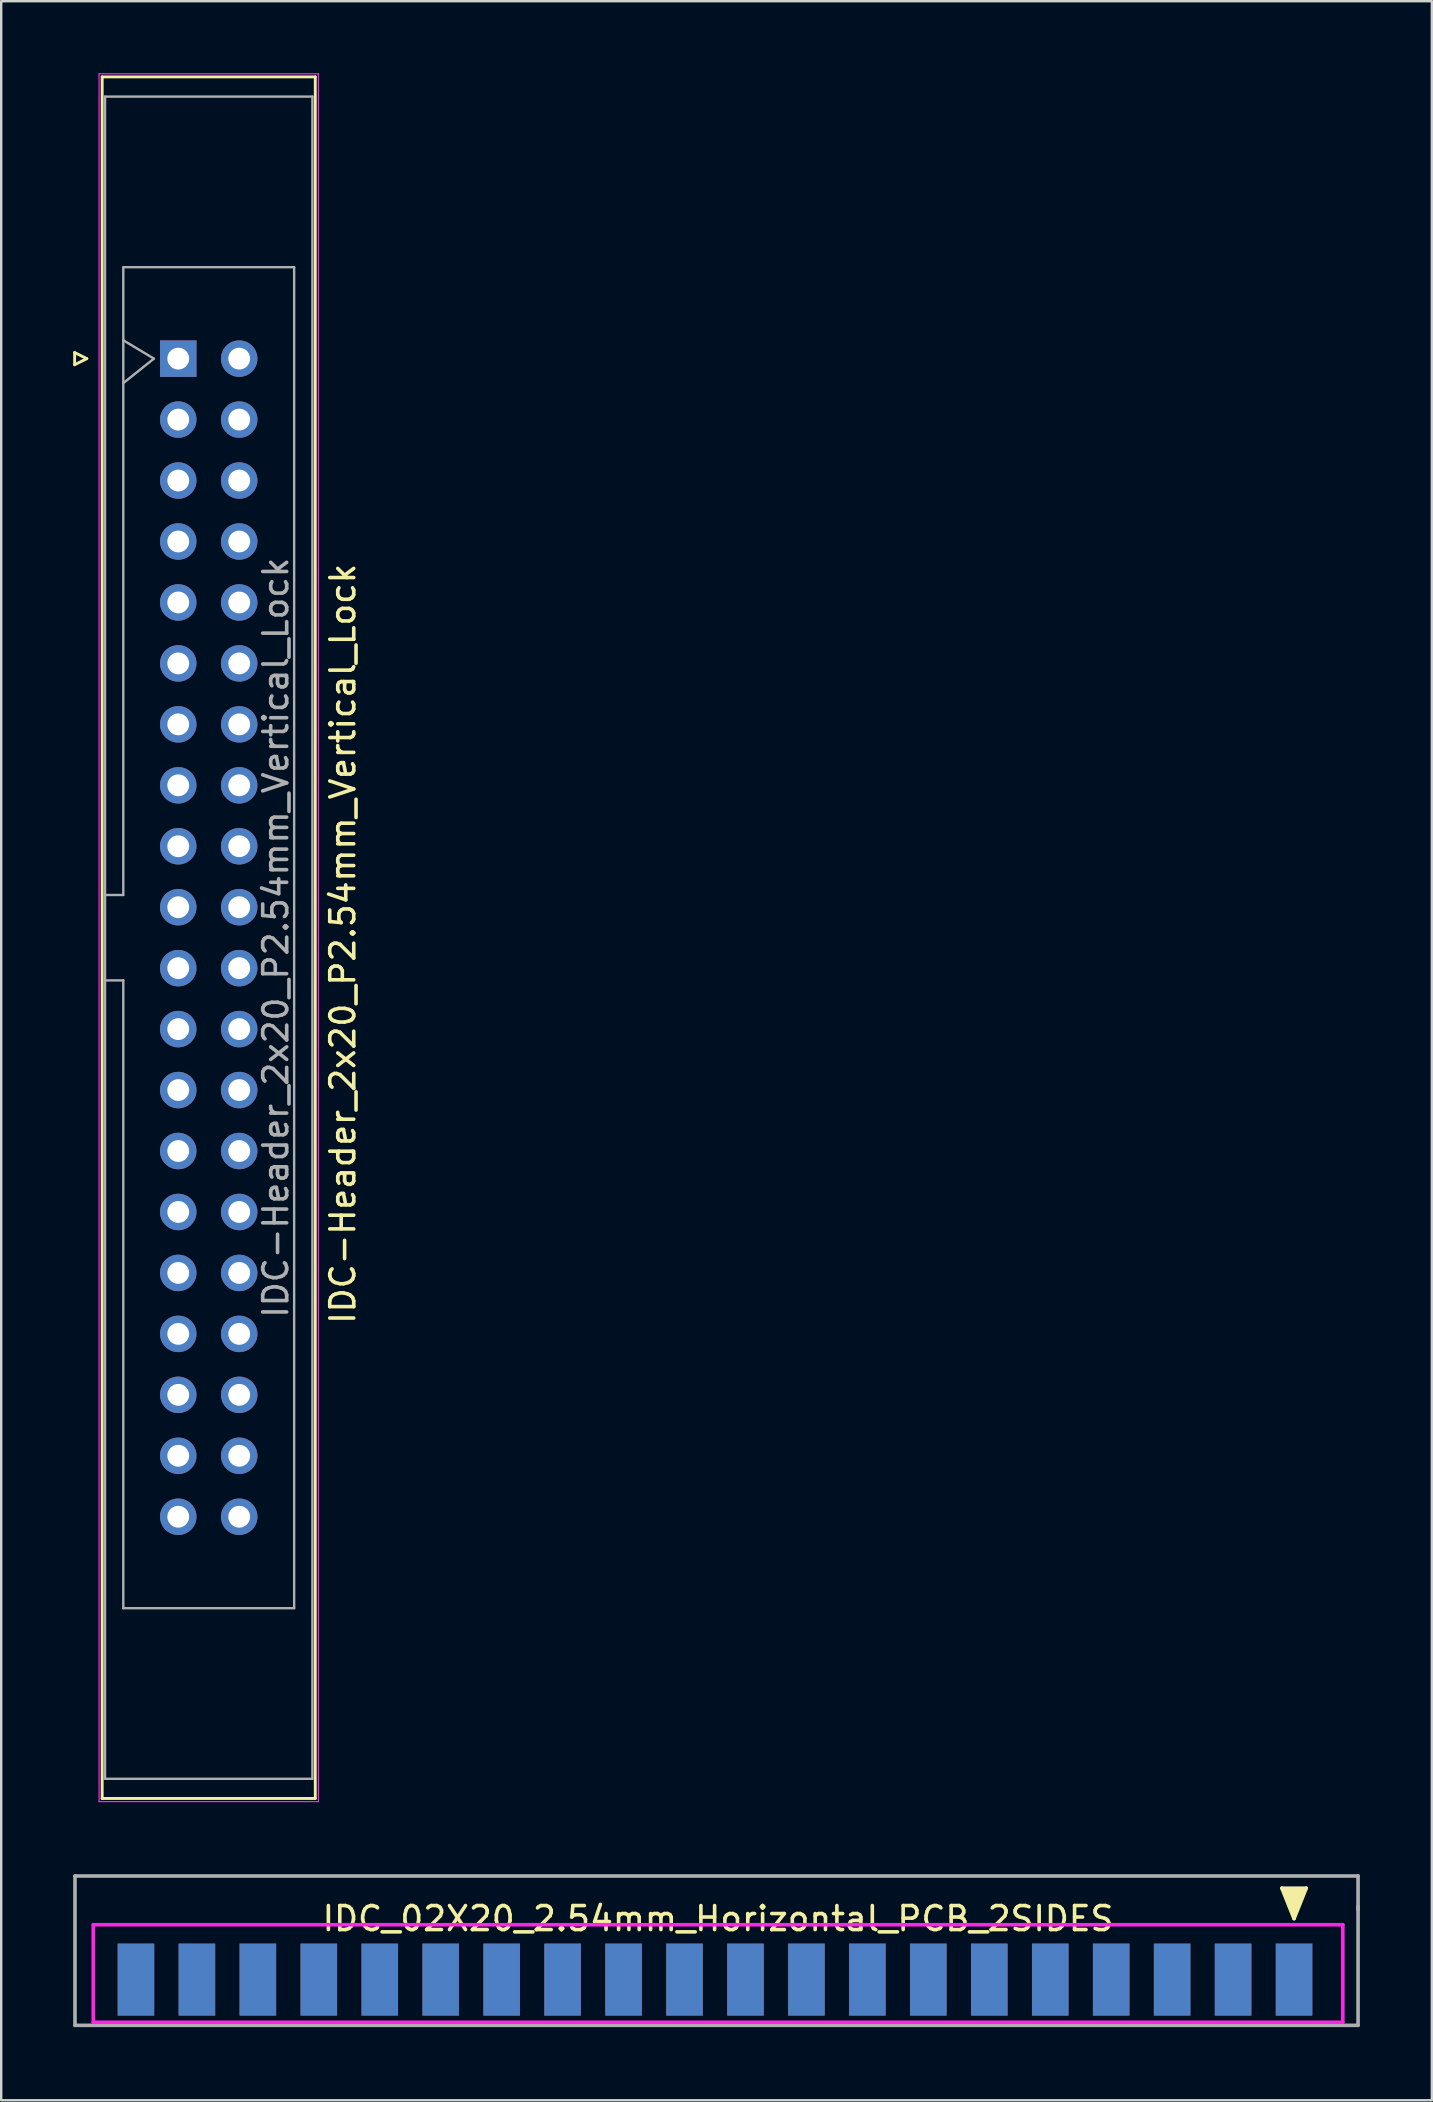
<source format=kicad_pcb>
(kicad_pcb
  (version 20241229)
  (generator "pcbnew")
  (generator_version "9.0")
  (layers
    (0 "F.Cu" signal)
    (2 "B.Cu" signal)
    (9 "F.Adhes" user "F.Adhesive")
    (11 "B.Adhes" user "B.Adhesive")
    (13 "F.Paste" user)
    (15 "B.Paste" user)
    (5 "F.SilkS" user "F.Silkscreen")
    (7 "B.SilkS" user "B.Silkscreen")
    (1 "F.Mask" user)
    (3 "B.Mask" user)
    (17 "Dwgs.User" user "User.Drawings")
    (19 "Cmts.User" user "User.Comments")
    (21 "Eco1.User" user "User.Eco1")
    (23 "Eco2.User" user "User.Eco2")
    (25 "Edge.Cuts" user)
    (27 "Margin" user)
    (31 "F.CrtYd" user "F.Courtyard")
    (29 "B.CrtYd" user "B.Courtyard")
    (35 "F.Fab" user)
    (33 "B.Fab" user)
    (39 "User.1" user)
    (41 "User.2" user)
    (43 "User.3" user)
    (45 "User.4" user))
  (footprint "IDC-Header_2x20_P2.54mm_Vertical_Lock"
    (layer "F.Cu")
    (at 4.378 11.895)
    (property "Reference" "IDC-Header_2x20_P2.54mm_Vertical_Lock" (at 6.858 24.384 270) (layer "F.SilkS") (effects (font (size 1 1) (thickness 0.15))))
    (attr through_hole)
    (fp_line (start -4.318 -0.254) (end -4.318 0.254) (stroke (width 0.12) (type solid)) (layer "F.SilkS"))
    (fp_line (start -4.318 0.254) (end -3.81 0) (stroke (width 0.12) (type solid)) (layer "F.SilkS"))
    (fp_line (start -3.81 0) (end -4.318 -0.254) (stroke (width 0.12) (type solid)) (layer "F.SilkS"))
    (fp_line (start -3.17 60) (end -3.17 -11.74) (stroke (width 0.12) (type solid)) (layer "F.SilkS"))
    (fp_line (start -3.17 60) (end 5.71 60) (stroke (width 0.12) (type solid)) (layer "F.SilkS"))
    (fp_line (start 5.71 -11.74) (end -3.17 -11.74) (stroke (width 0.12) (type solid)) (layer "F.SilkS"))
    (fp_line (start 5.71 -11.74) (end 5.71 60) (stroke (width 0.12) (type solid)) (layer "F.SilkS"))
    (fp_line (start -3.3 60.13) (end -3.3 -11.87) (stroke (width 0.05) (type solid)) (layer "F.CrtYd"))
    (fp_line (start -3.3 60.13) (end 5.84 60.13) (stroke (width 0.05) (type solid)) (layer "F.CrtYd"))
    (fp_line (start 5.84 -11.87) (end -3.3 -11.87) (stroke (width 0.05) (type solid)) (layer "F.CrtYd"))
    (fp_line (start 5.84 -11.87) (end 5.84 60.13) (stroke (width 0.05) (type solid)) (layer "F.CrtYd"))
    (fp_line (start -3.05 -10.92) (end -3.05 59.18) (stroke (width 0.1) (type solid)) (layer "F.Fab"))
    (fp_line (start -3.05 22.35) (end -2.29 22.35) (stroke (width 0.1) (type solid)) (layer "F.Fab"))
    (fp_line (start -3.05 59.18) (end 5.59 59.18) (stroke (width 0.1) (type solid)) (layer "F.Fab"))
    (fp_line (start -2.29 -3.81) (end 4.83 -3.81) (stroke (width 0.1) (type solid)) (layer "F.Fab"))
    (fp_line (start -2.29 22.35) (end -2.29 -3.81) (stroke (width 0.1) (type solid)) (layer "F.Fab"))
    (fp_line (start -2.29 25.91) (end -3.05 25.91) (stroke (width 0.1) (type solid)) (layer "F.Fab"))
    (fp_line (start -2.29 52.07) (end -2.29 25.91) (stroke (width 0.1) (type solid)) (layer "F.Fab"))
    (fp_line (start -2.286 -0.762) (end -1.016 0) (stroke (width 0.1) (type solid)) (layer "F.Fab"))
    (fp_line (start -1.016 0) (end -2.286 1.016) (stroke (width 0.1) (type solid)) (layer "F.Fab"))
    (fp_line (start 4.83 -3.81) (end 4.83 52.07) (stroke (width 0.1) (type solid)) (layer "F.Fab"))
    (fp_line (start 4.83 52.07) (end -2.29 52.07) (stroke (width 0.1) (type solid)) (layer "F.Fab"))
    (fp_line (start 5.59 -10.92) (end -3.05 -10.92) (stroke (width 0.1) (type solid)) (layer "F.Fab"))
    (fp_line (start 5.59 59.18) (end 5.59 -10.92) (stroke (width 0.1) (type solid)) (layer "F.Fab"))
    (fp_text user "${REFERENCE}" (at 4.064 24.13 90) (layer "F.Fab") (effects (font (size 1 1) (thickness 0.15))))
    (pad "1" thru_hole rect (at 0 0 270) (size 1.52 1.52) (drill 0.91) (layers "*.Cu" "*.Mask"))
    (pad "2" thru_hole circle (at 2.54 0 270) (size 1.52 1.52) (drill 0.91) (layers "*.Cu" "*.Mask"))
    (pad "3" thru_hole circle (at 0 2.54 270) (size 1.52 1.52) (drill 0.91) (layers "*.Cu" "*.Mask"))
    (pad "4" thru_hole circle (at 2.54 2.54 270) (size 1.52 1.52) (drill 0.91) (layers "*.Cu" "*.Mask"))
    (pad "5" thru_hole circle (at 0 5.08 270) (size 1.52 1.52) (drill 0.91) (layers "*.Cu" "*.Mask"))
    (pad "6" thru_hole circle (at 2.54 5.08 270) (size 1.52 1.52) (drill 0.91) (layers "*.Cu" "*.Mask"))
    (pad "7" thru_hole circle (at 0 7.62 270) (size 1.52 1.52) (drill 0.91) (layers "*.Cu" "*.Mask"))
    (pad "8" thru_hole circle (at 2.54 7.62 270) (size 1.52 1.52) (drill 0.91) (layers "*.Cu" "*.Mask"))
    (pad "9" thru_hole circle (at 0 10.16 270) (size 1.52 1.52) (drill 0.91) (layers "*.Cu" "*.Mask"))
    (pad "10" thru_hole circle (at 2.54 10.16 270) (size 1.52 1.52) (drill 0.91) (layers "*.Cu" "*.Mask"))
    (pad "11" thru_hole circle (at 0 12.7 270) (size 1.52 1.52) (drill 0.91) (layers "*.Cu" "*.Mask"))
    (pad "12" thru_hole circle (at 2.54 12.7 270) (size 1.52 1.52) (drill 0.91) (layers "*.Cu" "*.Mask"))
    (pad "13" thru_hole circle (at 0 15.24 270) (size 1.52 1.52) (drill 0.91) (layers "*.Cu" "*.Mask"))
    (pad "14" thru_hole circle (at 2.54 15.24 270) (size 1.52 1.52) (drill 0.91) (layers "*.Cu" "*.Mask"))
    (pad "15" thru_hole circle (at 0 17.78 270) (size 1.52 1.52) (drill 0.91) (layers "*.Cu" "*.Mask"))
    (pad "16" thru_hole circle (at 2.54 17.78 270) (size 1.52 1.52) (drill 0.91) (layers "*.Cu" "*.Mask"))
    (pad "17" thru_hole circle (at 0 20.32 270) (size 1.52 1.52) (drill 0.91) (layers "*.Cu" "*.Mask"))
    (pad "18" thru_hole circle (at 2.54 20.32 270) (size 1.52 1.52) (drill 0.91) (layers "*.Cu" "*.Mask"))
    (pad "19" thru_hole circle (at 0 22.86 270) (size 1.52 1.52) (drill 0.91) (layers "*.Cu" "*.Mask"))
    (pad "20" thru_hole circle (at 2.54 22.86 270) (size 1.52 1.52) (drill 0.91) (layers "*.Cu" "*.Mask"))
    (pad "21" thru_hole circle (at 0 25.4 270) (size 1.52 1.52) (drill 0.91) (layers "*.Cu" "*.Mask"))
    (pad "22" thru_hole circle (at 2.54 25.4 270) (size 1.52 1.52) (drill 0.91) (layers "*.Cu" "*.Mask"))
    (pad "23" thru_hole circle (at 0 27.94 270) (size 1.52 1.52) (drill 0.91) (layers "*.Cu" "*.Mask"))
    (pad "24" thru_hole circle (at 2.54 27.94 270) (size 1.52 1.52) (drill 0.91) (layers "*.Cu" "*.Mask"))
    (pad "25" thru_hole circle (at 0 30.48 270) (size 1.52 1.52) (drill 0.91) (layers "*.Cu" "*.Mask"))
    (pad "26" thru_hole circle (at 2.54 30.48 270) (size 1.52 1.52) (drill 0.91) (layers "*.Cu" "*.Mask"))
    (pad "27" thru_hole circle (at 0 33.02 270) (size 1.52 1.52) (drill 0.91) (layers "*.Cu" "*.Mask"))
    (pad "28" thru_hole circle (at 2.54 33.02 270) (size 1.52 1.52) (drill 0.91) (layers "*.Cu" "*.Mask"))
    (pad "29" thru_hole circle (at 0 35.56 270) (size 1.52 1.52) (drill 0.91) (layers "*.Cu" "*.Mask"))
    (pad "30" thru_hole circle (at 2.54 35.56 270) (size 1.52 1.52) (drill 0.91) (layers "*.Cu" "*.Mask"))
    (pad "31" thru_hole circle (at 0 38.1 270) (size 1.52 1.52) (drill 0.91) (layers "*.Cu" "*.Mask"))
    (pad "32" thru_hole circle (at 2.54 38.1 270) (size 1.52 1.52) (drill 0.91) (layers "*.Cu" "*.Mask"))
    (pad "33" thru_hole circle (at 0 40.64 270) (size 1.52 1.52) (drill 0.91) (layers "*.Cu" "*.Mask"))
    (pad "34" thru_hole circle (at 2.54 40.64 270) (size 1.52 1.52) (drill 0.91) (layers "*.Cu" "*.Mask"))
    (pad "35" thru_hole circle (at 0 43.18 270) (size 1.52 1.52) (drill 0.91) (layers "*.Cu" "*.Mask"))
    (pad "36" thru_hole circle (at 2.54 43.18 270) (size 1.52 1.52) (drill 0.91) (layers "*.Cu" "*.Mask"))
    (pad "37" thru_hole circle (at 0 45.72 270) (size 1.52 1.52) (drill 0.91) (layers "*.Cu" "*.Mask"))
    (pad "38" thru_hole circle (at 2.54 45.72 270) (size 1.52 1.52) (drill 0.91) (layers "*.Cu" "*.Mask"))
    (pad "39" thru_hole circle (at 0 48.26 270) (size 1.52 1.52) (drill 0.91) (layers "*.Cu" "*.Mask"))
    (pad "40" thru_hole circle (at 2.54 48.26 270) (size 1.52 1.52) (drill 0.91) (layers "*.Cu" "*.Mask")))
  (footprint "IDC_02X20_2.54mm_Horizontal_PCB_2SIDES"
    (layer "F.Cu")
    (at 26.745 81.221)
    (property "Reference" "IDC_02X20_2.54mm_Horizontal_PCB_2SIDES" (at 0.127 -4.318 0) (layer "F.SilkS") (effects (font (size 1 1) (thickness 0.15))))
    (attr through_hole)
    (fp_line (start 23.622 -5.588) (end 24.638 -5.588) (stroke (width 0.15) (type solid)) (layer "F.SilkS"))
    (fp_line (start 23.749 -5.461) (end 24.384 -5.334) (stroke (width 0.15) (type solid)) (layer "F.SilkS"))
    (fp_line (start 23.749 -5.461) (end 24.511 -5.461) (stroke (width 0.15) (type solid)) (layer "F.SilkS"))
    (fp_line (start 23.876 -5.334) (end 24.384 -5.207) (stroke (width 0.15) (type solid)) (layer "F.SilkS"))
    (fp_line (start 23.876 -5.207) (end 24.257 -5.08) (stroke (width 0.15) (type solid)) (layer "F.SilkS"))
    (fp_line (start 24.003 -5.08) (end 24.257 -4.953) (stroke (width 0.15) (type solid)) (layer "F.SilkS"))
    (fp_line (start 24.003 -4.953) (end 24.13 -4.826) (stroke (width 0.15) (type solid)) (layer "F.SilkS"))
    (fp_line (start 24.13 -4.572) (end 23.749 -5.461) (stroke (width 0.15) (type solid)) (layer "F.SilkS"))
    (fp_line (start 24.13 -4.318) (end 23.622 -5.588) (stroke (width 0.15) (type solid)) (layer "F.SilkS"))
    (fp_line (start 24.257 -5.08) (end 24.003 -5.08) (stroke (width 0.15) (type solid)) (layer "F.SilkS"))
    (fp_line (start 24.257 -4.953) (end 24.003 -4.953) (stroke (width 0.15) (type solid)) (layer "F.SilkS"))
    (fp_line (start 24.384 -5.334) (end 23.876 -5.334) (stroke (width 0.15) (type solid)) (layer "F.SilkS"))
    (fp_line (start 24.384 -5.207) (end 23.876 -5.207) (stroke (width 0.15) (type solid)) (layer "F.SilkS"))
    (fp_line (start 24.511 -5.461) (end 24.13 -4.572) (stroke (width 0.15) (type solid)) (layer "F.SilkS"))
    (fp_line (start 24.638 -5.588) (end 24.13 -4.318) (stroke (width 0.15) (type solid)) (layer "F.SilkS"))
    (fp_line (start -25.908 -4.064) (end 26.162 -4.064) (stroke (width 0.15) (type solid)) (layer "F.CrtYd"))
    (fp_line (start -25.908 0) (end -25.908 -4.064) (stroke (width 0.15) (type solid)) (layer "F.CrtYd"))
    (fp_line (start 26.162 -4.064) (end 26.162 0) (stroke (width 0.15) (type solid)) (layer "F.CrtYd"))
    (fp_line (start 26.162 0) (end -25.908 0) (stroke (width 0.15) (type solid)) (layer "F.CrtYd"))
    (fp_line (start -26.67 -6.096) (end -26.67 0.127) (stroke (width 0.15) (type solid)) (layer "F.Fab"))
    (fp_line (start -26.67 -6.096) (end 26.797 -6.096) (stroke (width 0.15) (type solid)) (layer "F.Fab"))
    (fp_line (start -26.67 0.127) (end 26.797 0.127) (stroke (width 0.15) (type solid)) (layer "F.Fab"))
    (fp_line (start 26.797 -6.096) (end 26.797 -4.699) (stroke (width 0.15) (type solid)) (layer "F.Fab"))
    (fp_line (start 26.797 0.127) (end 26.797 -4.826) (stroke (width 0.15) (type solid)) (layer "F.Fab"))
    (pad "1" smd rect (at 24.13 -1.778) (size 1.524 3) (layers "F.Cu" "F.Mask" "F.Paste"))
    (pad "2" smd rect (at 24.13 -1.778) (size 1.524 3) (layers "B.Cu" "B.Mask" "B.Paste"))
    (pad "3" smd rect (at 21.59 -1.778) (size 1.524 3) (layers "F.Cu" "F.Mask" "F.Paste"))
    (pad "4" smd rect (at 21.59 -1.778) (size 1.524 3) (layers "B.Cu" "B.Mask" "B.Paste"))
    (pad "5" smd rect (at 19.05 -1.778) (size 1.524 3) (layers "F.Cu" "F.Mask" "F.Paste"))
    (pad "6" smd rect (at 19.05 -1.778) (size 1.524 3) (layers "B.Cu" "B.Mask" "B.Paste"))
    (pad "7" smd rect (at 16.51 -1.778) (size 1.524 3) (layers "F.Cu" "F.Mask" "F.Paste"))
    (pad "8" smd rect (at 16.51 -1.778) (size 1.524 3) (layers "B.Cu" "B.Mask" "B.Paste"))
    (pad "9" smd rect (at 13.97 -1.778) (size 1.524 3) (layers "F.Cu" "F.Mask" "F.Paste"))
    (pad "10" smd rect (at 13.97 -1.778) (size 1.524 3) (layers "B.Cu" "B.Mask" "B.Paste"))
    (pad "11" smd rect (at 11.43 -1.778) (size 1.524 3) (layers "F.Cu" "F.Mask" "F.Paste"))
    (pad "12" smd rect (at 11.43 -1.778) (size 1.524 3) (layers "B.Cu" "B.Mask" "B.Paste"))
    (pad "13" smd rect (at 8.89 -1.778) (size 1.524 3) (layers "F.Cu" "F.Mask" "F.Paste"))
    (pad "14" smd rect (at 8.89 -1.778) (size 1.524 3) (layers "B.Cu" "B.Mask" "B.Paste"))
    (pad "15" smd rect (at 6.35 -1.778) (size 1.524 3) (layers "F.Cu" "F.Mask" "F.Paste"))
    (pad "16" smd rect (at 6.35 -1.778) (size 1.524 3) (layers "B.Cu" "B.Mask" "B.Paste"))
    (pad "17" smd rect (at 3.81 -1.778) (size 1.524 3) (layers "F.Cu" "F.Mask" "F.Paste"))
    (pad "18" smd rect (at 3.81 -1.778) (size 1.524 3) (layers "B.Cu" "B.Mask" "B.Paste"))
    (pad "19" smd rect (at 1.27 -1.778) (size 1.524 3) (layers "F.Cu" "F.Mask" "F.Paste"))
    (pad "20" smd rect (at 1.27 -1.778) (size 1.524 3) (layers "B.Cu" "B.Mask" "B.Paste"))
    (pad "21" smd rect (at -1.27 -1.778) (size 1.524 3) (layers "F.Cu" "F.Mask" "F.Paste"))
    (pad "22" smd rect (at -1.27 -1.778) (size 1.524 3) (layers "B.Cu" "B.Mask" "B.Paste"))
    (pad "23" smd rect (at -3.81 -1.778) (size 1.524 3) (layers "F.Cu" "F.Mask" "F.Paste"))
    (pad "24" smd rect (at -3.81 -1.778) (size 1.524 3) (layers "B.Cu" "B.Mask" "B.Paste"))
    (pad "25" smd rect (at -6.35 -1.778) (size 1.524 3) (layers "F.Cu" "F.Mask" "F.Paste"))
    (pad "26" smd rect (at -6.35 -1.778) (size 1.524 3) (layers "B.Cu" "B.Mask" "B.Paste"))
    (pad "27" smd rect (at -8.89 -1.778) (size 1.524 3) (layers "F.Cu" "F.Mask" "F.Paste"))
    (pad "28" smd rect (at -8.89 -1.778) (size 1.524 3) (layers "B.Cu" "B.Mask" "B.Paste"))
    (pad "29" smd rect (at -11.43 -1.778) (size 1.524 3) (layers "F.Cu" "F.Mask" "F.Paste"))
    (pad "30" smd rect (at -11.43 -1.778) (size 1.524 3) (layers "B.Cu" "B.Mask" "B.Paste"))
    (pad "31" smd rect (at -13.97 -1.778) (size 1.524 3) (layers "F.Cu" "F.Mask" "F.Paste"))
    (pad "32" smd rect (at -13.97 -1.778) (size 1.524 3) (layers "B.Cu" "B.Mask" "B.Paste"))
    (pad "33" smd rect (at -16.51 -1.778) (size 1.524 3) (layers "F.Cu" "F.Mask" "F.Paste"))
    (pad "34" smd rect (at -16.51 -1.778) (size 1.524 3) (layers "B.Cu" "B.Mask" "B.Paste"))
    (pad "35" smd rect (at -19.05 -1.778) (size 1.524 3) (layers "F.Cu" "F.Mask" "F.Paste"))
    (pad "36" smd rect (at -19.05 -1.778) (size 1.524 3) (layers "B.Cu" "B.Mask" "B.Paste"))
    (pad "37" smd rect (at -21.59 -1.778) (size 1.524 3) (layers "F.Cu" "F.Mask" "F.Paste"))
    (pad "38" smd rect (at -21.59 -1.778) (size 1.524 3) (layers "B.Cu" "B.Mask" "B.Paste"))
    (pad "39" smd rect (at -24.13 -1.778) (size 1.524 3) (layers "F.Cu" "F.Mask" "F.Paste"))
    (pad "40" smd rect (at -24.13 -1.778) (size 1.524 3) (layers "B.Cu" "B.Mask" "B.Paste")))
  (gr_rect
    (start -3 -3)
    (end 56.617 84.471)
    (stroke (width 0.1) (type default))
    (fill no)
    (layer "Edge.Cuts")))
</source>
